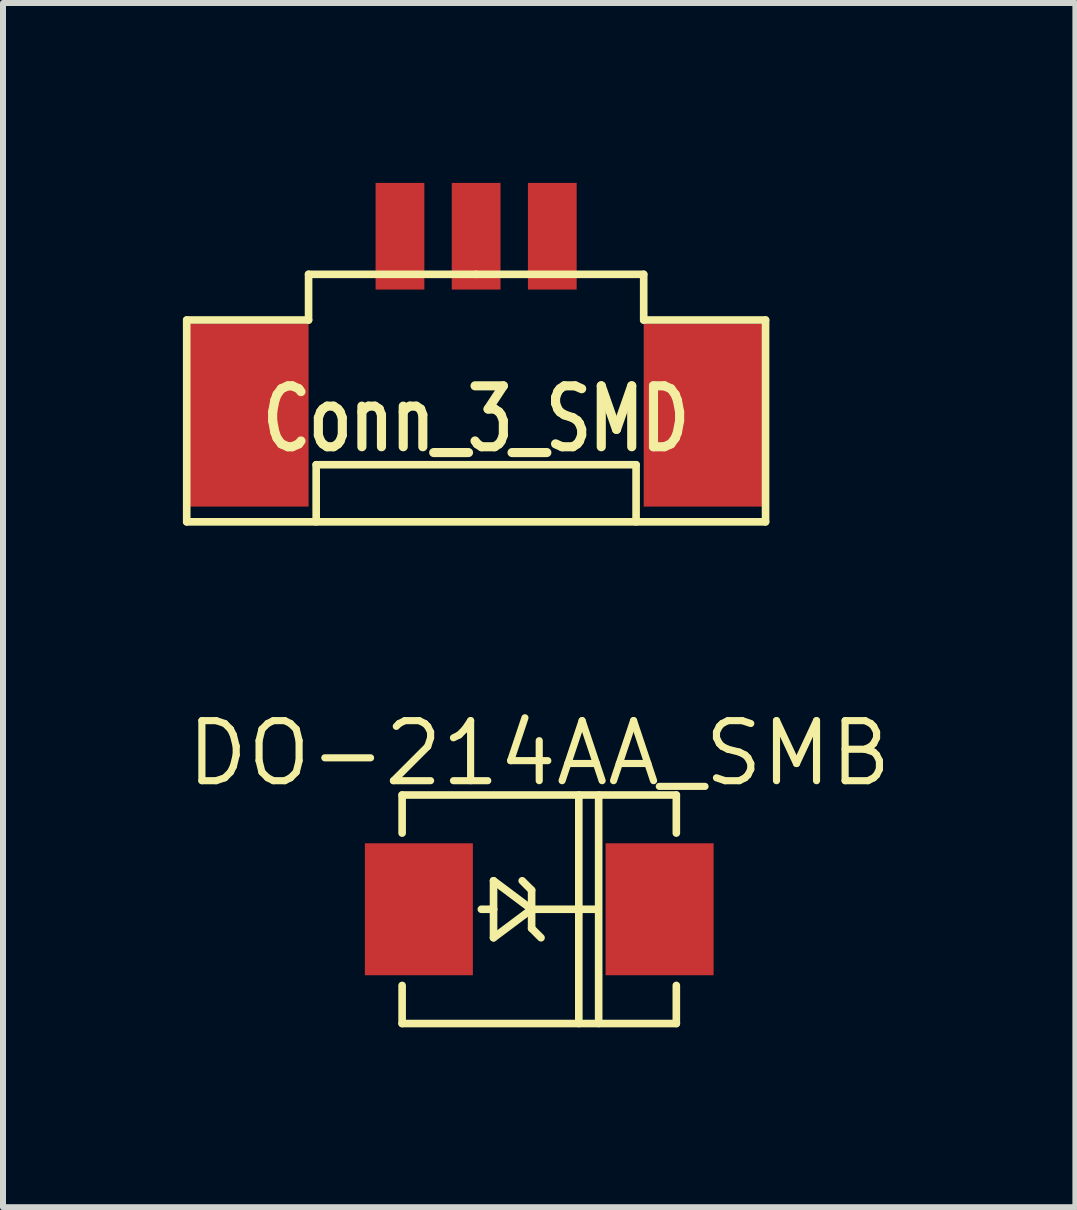
<source format=kicad_pcb>
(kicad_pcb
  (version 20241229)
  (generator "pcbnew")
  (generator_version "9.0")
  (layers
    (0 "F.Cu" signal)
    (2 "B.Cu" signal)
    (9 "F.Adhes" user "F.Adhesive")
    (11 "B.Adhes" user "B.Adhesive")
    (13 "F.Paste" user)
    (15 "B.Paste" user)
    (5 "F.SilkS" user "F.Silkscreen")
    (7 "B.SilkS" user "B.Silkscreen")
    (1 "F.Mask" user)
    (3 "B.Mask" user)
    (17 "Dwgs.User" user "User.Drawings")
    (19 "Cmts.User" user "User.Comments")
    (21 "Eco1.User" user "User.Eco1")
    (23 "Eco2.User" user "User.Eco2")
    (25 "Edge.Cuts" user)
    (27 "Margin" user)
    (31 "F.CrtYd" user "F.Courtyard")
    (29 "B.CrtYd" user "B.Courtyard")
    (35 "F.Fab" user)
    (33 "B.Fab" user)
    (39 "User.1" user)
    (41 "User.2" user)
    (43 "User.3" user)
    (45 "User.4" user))
  (footprint "Conn_3_SMD"
    (layer "F.Cu")
    (at 4.889 4.318)
    (property "Reference" "Conn_3_SMD" (at 0 -0.381 0) (layer "F.SilkS") (effects (font (size 1.016 0.762) (thickness 0.152))))
    (attr smd)
    (fp_line (start -4.826 -2.032) (end -2.794 -2.032) (stroke (width 0.127) (type solid)) (layer "F.SilkS"))
    (fp_line (start -4.826 1.333) (end -4.826 -2.032) (stroke (width 0.127) (type solid)) (layer "F.SilkS"))
    (fp_line (start -2.794 -2.794) (end 0 -2.794) (stroke (width 0.127) (type solid)) (layer "F.SilkS"))
    (fp_line (start -2.794 -2.032) (end -2.794 -2.794) (stroke (width 0.127) (type solid)) (layer "F.SilkS"))
    (fp_line (start -2.667 0.381) (end -2.667 1.333) (stroke (width 0.127) (type solid)) (layer "F.SilkS"))
    (fp_line (start 0 -2.794) (end 2.794 -2.794) (stroke (width 0.127) (type solid)) (layer "F.SilkS"))
    (fp_line (start 2.667 0.381) (end -2.667 0.381) (stroke (width 0.127) (type solid)) (layer "F.SilkS"))
    (fp_line (start 2.667 1.333) (end 2.667 0.381) (stroke (width 0.127) (type solid)) (layer "F.SilkS"))
    (fp_line (start 2.794 -2.794) (end 2.794 -2.032) (stroke (width 0.127) (type solid)) (layer "F.SilkS"))
    (fp_line (start 2.794 -2.032) (end 4.826 -2.032) (stroke (width 0.127) (type solid)) (layer "F.SilkS"))
    (fp_line (start 4.826 -2.032) (end 4.826 1.333) (stroke (width 0.127) (type solid)) (layer "F.SilkS"))
    (fp_line (start 4.826 1.333) (end -4.826 1.333) (stroke (width 0.127) (type solid)) (layer "F.SilkS"))
    (pad "" smd rect (at -3.81 -0.445) (size 2.032 3.048) (layers "F.Cu" "F.Mask" "F.Paste"))
    (pad "" smd rect (at 3.81 -0.445) (size 2.032 3.048) (layers "F.Cu" "F.Mask" "F.Paste"))
    (pad "1" smd rect (at -1.27 -3.429) (size 0.813 1.778) (layers "F.Cu" "F.Mask" "F.Paste"))
    (pad "2" smd rect (at 0 -3.429) (size 0.813 1.778) (layers "F.Cu" "F.Mask" "F.Paste"))
    (pad "3" smd rect (at 1.27 -3.429) (size 0.813 1.778) (layers "F.Cu" "F.Mask" "F.Paste")))
  (footprint "DO-214AA_SMB"
    (layer "F.Cu")
    (at 5.941 12.111)
    (property "Reference" "DO-214AA_SMB" (at 0 -2.601 0) (layer "F.SilkS") (effects (font (size 1.001 1.001) (thickness 0.119))))
    (attr smd)
    (fp_line (start -2.286 -1.905) (end 2.286 -1.905) (stroke (width 0.127) (type solid)) (layer "F.SilkS"))
    (fp_line (start -2.286 -1.27) (end -2.286 -1.905) (stroke (width 0.127) (type solid)) (layer "F.SilkS"))
    (fp_line (start -2.286 1.27) (end -2.286 1.905) (stroke (width 0.127) (type solid)) (layer "F.SilkS"))
    (fp_line (start -2.286 1.905) (end 2.286 1.905) (stroke (width 0.127) (type solid)) (layer "F.SilkS"))
    (fp_line (start -0.762 -0.475) (end -0.762 0) (stroke (width 0.127) (type solid)) (layer "F.SilkS"))
    (fp_line (start -0.762 0) (end -0.965 0) (stroke (width 0.127) (type solid)) (layer "F.SilkS"))
    (fp_line (start -0.762 0) (end -0.762 0.475) (stroke (width 0.127) (type solid)) (layer "F.SilkS"))
    (fp_line (start -0.762 0.475) (end -0.127 0) (stroke (width 0.127) (type solid)) (layer "F.SilkS"))
    (fp_line (start -0.127 -0.318) (end -0.284 -0.475) (stroke (width 0.127) (type solid)) (layer "F.SilkS"))
    (fp_line (start -0.127 0) (end -0.762 -0.475) (stroke (width 0.127) (type solid)) (layer "F.SilkS"))
    (fp_line (start -0.127 0) (end -0.127 -0.318) (stroke (width 0.127) (type solid)) (layer "F.SilkS"))
    (fp_line (start -0.127 0) (end -0.127 0.318) (stroke (width 0.127) (type solid)) (layer "F.SilkS"))
    (fp_line (start -0.127 0) (end 0.983 0) (stroke (width 0.127) (type solid)) (layer "F.SilkS"))
    (fp_line (start -0.127 0.318) (end 0.03 0.475) (stroke (width 0.127) (type solid)) (layer "F.SilkS"))
    (fp_line (start 0.66 1.905) (end 0.66 -1.905) (stroke (width 0.127) (type solid)) (layer "F.SilkS"))
    (fp_line (start 0.991 1.905) (end 0.991 -1.905) (stroke (width 0.127) (type solid)) (layer "F.SilkS"))
    (fp_line (start 2.286 -1.905) (end 2.286 -1.27) (stroke (width 0.127) (type solid)) (layer "F.SilkS"))
    (fp_line (start 2.286 1.905) (end 2.286 1.27) (stroke (width 0.127) (type solid)) (layer "F.SilkS"))
    (pad "1" smd rect (at -2.007 0) (size 1.801 2.2) (layers "F.Cu" "F.Mask" "F.Paste"))
    (pad "2" smd rect (at 2.007 0) (size 1.801 2.2) (layers "F.Cu" "F.Mask" "F.Paste")))
  (gr_rect
    (start -3 -3)
    (end 14.881 17.079)
    (stroke (width 0.1) (type default))
    (fill no)
    (layer "Edge.Cuts")))
</source>
